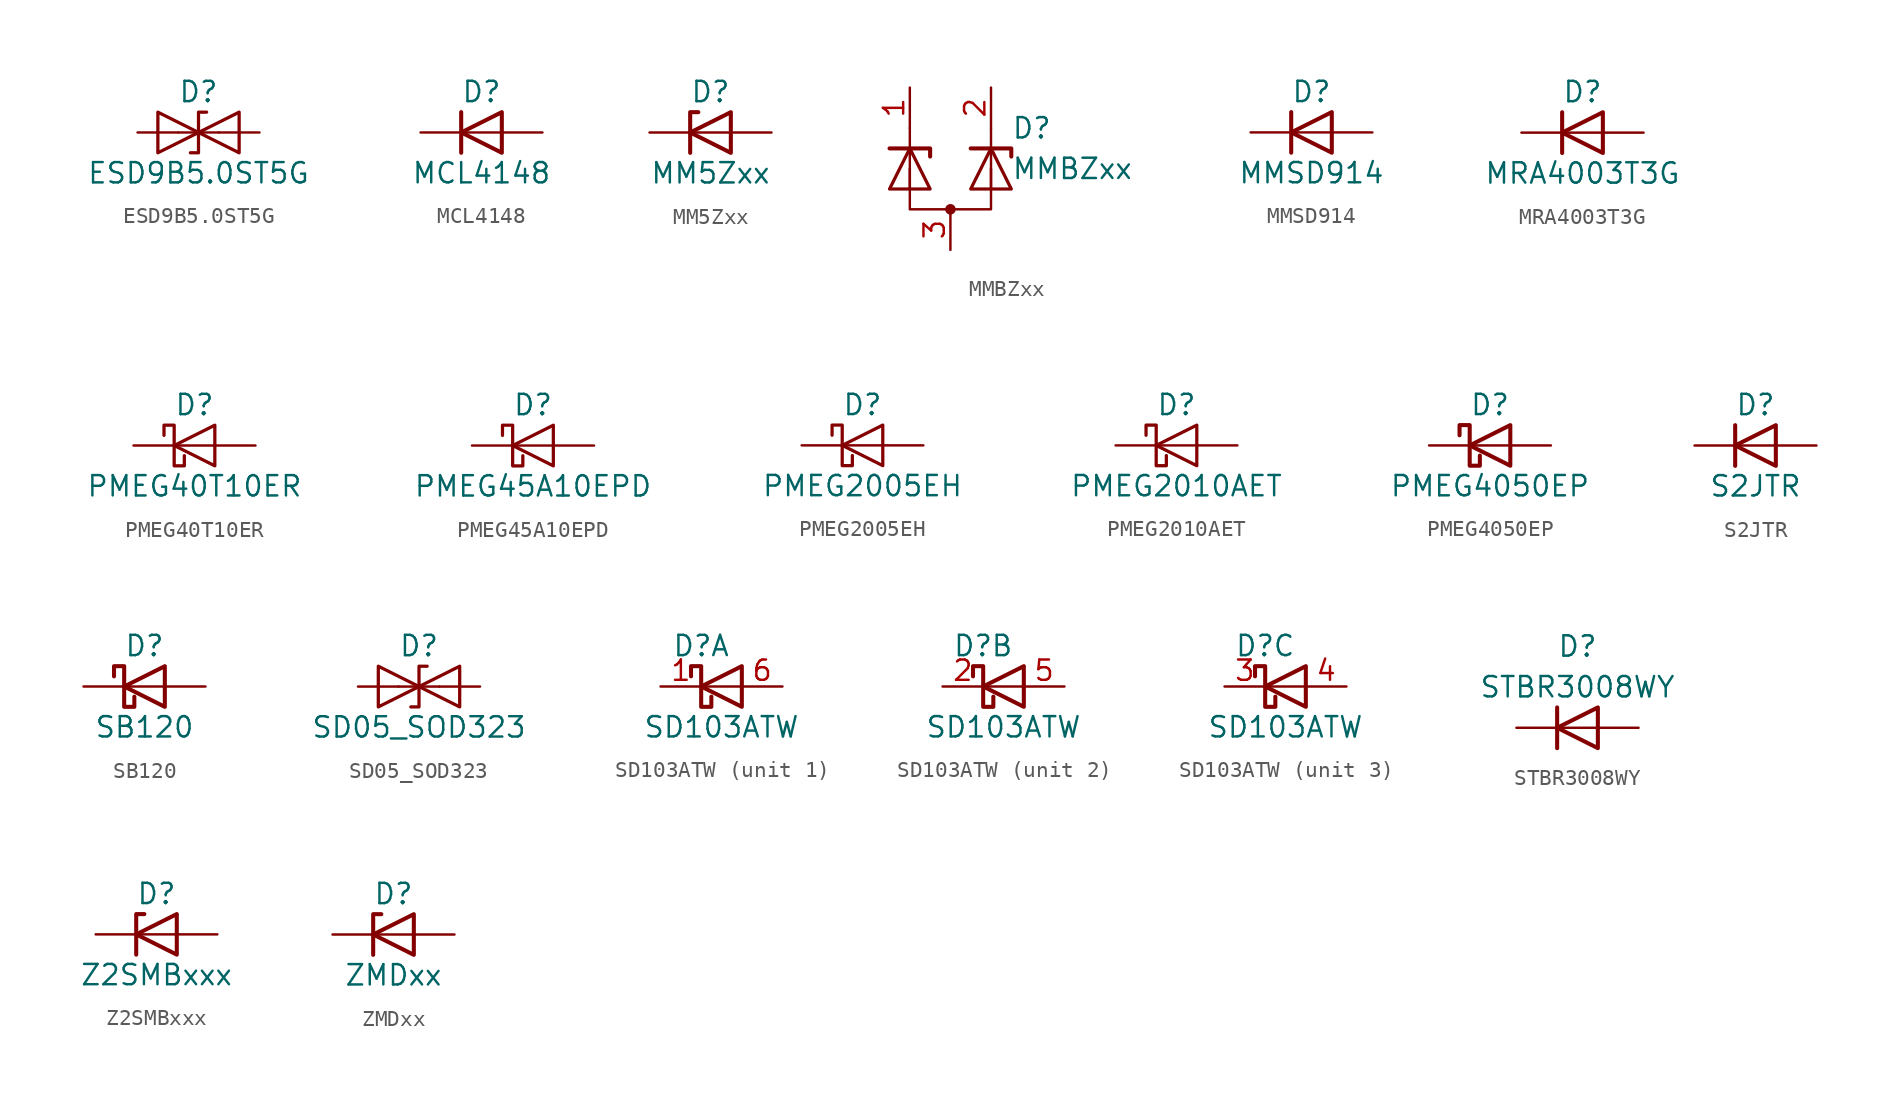
<source format=kicad_sym>
(kicad_symbol_lib
  (version 20201005)
  (generator kicad_symbol_editor)
  (symbol "ESD9B5.0ST5G"
    (pin_numbers hide)
    (pin_names
      (offset 1.016) hide)
    (property "Reference" "D"
      (at 0 2.54 0)
      (effects (font (size 1.27 1.27))))
    (property "Value" "ESD9B5.0ST5G"
      (at 0 -2.54 0)
      (effects (font (size 1.27 1.27))))
    (symbol "ESD9B5.0ST5G_0_1"
      (polyline (pts (xy 1.27 0) (xy -1.27 0)) (stroke (width 0)) (fill (type none)))
      (polyline (pts (xy -2.54 -1.27) (xy 0 0) (xy -2.54 1.27) (xy -2.54 -1.27)) (stroke (width 0.203)) (fill (type none)))
      (polyline (pts (xy 0.508 1.27) (xy 0 1.27) (xy 0 -1.27) (xy -0.508 -1.27)) (stroke (width 0.203)) (fill (type none)))
      (polyline (pts (xy 2.54 1.27) (xy 2.54 -1.27) (xy 0 0) (xy 2.54 1.27)) (stroke (width 0.203)) (fill (type none))))
    (symbol "ESD9B5.0ST5G_1_1"
      (pin passive line (at -3.81 0 0) (length 2.54) (name "A1" (effects (font (size 1.27 1.27)))) (number "1" (effects (font (size 1.27 1.27)))))
      (pin passive line (at 3.81 0 180) (length 2.54) (name "A2" (effects (font (size 1.27 1.27)))) (number "2" (effects (font (size 1.27 1.27)))))))
  (symbol "MCL4148"
    (pin_numbers hide)
    (pin_names hide)
    (property "Reference" "D"
      (at 0 2.54 0)
      (effects (font (size 1.27 1.27))))
    (property "Value" "MCL4148"
      (at 0 -2.54 0)
      (effects (font (size 1.27 1.27))))
    (symbol "MCL4148_0_1"
      (polyline (pts (xy -1.27 1.27) (xy -1.27 -1.27)) (stroke (width 0.254)) (fill (type none)))
      (polyline (pts (xy 1.27 0) (xy -1.27 0)) (stroke (width 0)) (fill (type none)))
      (polyline (pts (xy 1.27 1.27) (xy 1.27 -1.27) (xy -1.27 0) (xy 1.27 1.27)) (stroke (width 0.254)) (fill (type none))))
    (symbol "MCL4148_1_1"
      (pin passive line (at -3.81 0 0) (length 2.54) (name "K" (effects (font (size 1.27 1.27)))) (number "1" (effects (font (size 1.27 1.27)))))
      (pin passive line (at 3.81 0 180) (length 2.54) (name "A" (effects (font (size 1.27 1.27)))) (number "2" (effects (font (size 1.27 1.27)))))))
  (symbol "MM5Zxx"
    (pin_numbers hide)
    (pin_names
      (offset 1.016) hide)
    (property "Reference" "D"
      (at 0 2.54 0)
      (effects (font (size 1.27 1.27))))
    (property "Value" "MM5Zxx"
      (at 0 -2.54 0)
      (effects (font (size 1.27 1.27))))
    (symbol "MM5Zxx_0_1"
      (polyline (pts (xy 1.27 0) (xy -1.27 0)) (stroke (width 0)) (fill (type none)))
      (polyline (pts (xy -1.27 -1.27) (xy -1.27 1.27) (xy -0.762 1.27)) (stroke (width 0.254)) (fill (type none)))
      (polyline (pts (xy 1.27 -1.27) (xy 1.27 1.27) (xy -1.27 0) (xy 1.27 -1.27)) (stroke (width 0.254)) (fill (type none))))
    (symbol "MM5Zxx_1_1"
      (pin passive line (at -3.81 0 0) (length 2.54) (name "K" (effects (font (size 1.27 1.27)))) (number "1" (effects (font (size 1.27 1.27)))))
      (pin passive line (at 3.81 0 180) (length 2.54) (name "A" (effects (font (size 1.27 1.27)))) (number "2" (effects (font (size 1.27 1.27)))))))
  (symbol "MMBZxx"
    (pin_names
      (offset 1.016) hide)
    (property "Reference" "D"
      (at 3.81 2.54 0)
      (effects (font (size 1.27 1.27)) (justify left)))
    (property "Value" "MMBZxx"
      (at 3.81 0 0)
      (effects (font (size 1.27 1.27)) (justify left)))
    (symbol "MMBZxx_0_1"
      (circle (center 0 -2.54) (radius 0.254) (stroke (width 0)) (fill (type outline)))
      (polyline (pts (xy -2.54 -1.27) (xy -2.54 2.54)) (stroke (width 0)) (fill (type none)))
      (polyline (pts (xy 2.54 -1.27) (xy 2.54 2.54)) (stroke (width 0)) (fill (type none)))
      (polyline (pts (xy -3.81 1.27) (xy -1.27 1.27) (xy -1.27 0.762)) (stroke (width 0.254)) (fill (type none)))
      (polyline (pts (xy 1.27 1.27) (xy 3.81 1.27) (xy 3.81 0.762)) (stroke (width 0.254)) (fill (type none)))
      (polyline (pts (xy -2.54 0) (xy -2.54 -2.54) (xy 2.54 -2.54) (xy 2.54 0)) (stroke (width 0)) (fill (type none))))
    (symbol "MMBZxx_1_1"
      (polyline (pts (xy -3.81 -1.27) (xy -1.27 -1.27) (xy -2.54 1.27) (xy -3.81 -1.27)) (stroke (width 0.203)) (fill (type none)))
      (polyline (pts (xy 1.27 -1.27) (xy 3.81 -1.27) (xy 2.54 1.27) (xy 1.27 -1.27)) (stroke (width 0.203)) (fill (type none)))
      (pin passive line (at -2.54 5.08 270) (length 2.54) (name "K" (effects (font (size 1.27 1.27)))) (number "1" (effects (font (size 1.27 1.27)))))
      (pin passive line (at 2.54 5.08 270) (length 2.54) (name "K" (effects (font (size 1.27 1.27)))) (number "2" (effects (font (size 1.27 1.27)))))
      (pin passive line (at 0 -5.08 90) (length 2.54) (name "A" (effects (font (size 1.27 1.27)))) (number "3" (effects (font (size 1.27 1.27)))))))
  (symbol "MMSD914"
    (pin_numbers hide)
    (pin_names
      (offset 1.016) hide)
    (property "Reference" "D"
      (at 0 2.54 0)
      (effects (font (size 1.27 1.27))))
    (property "Value" "MMSD914"
      (at 0 -2.54 0)
      (effects (font (size 1.27 1.27))))
    (symbol "MMSD914_0_1"
      (polyline (pts (xy -1.27 1.27) (xy -1.27 -1.27)) (stroke (width 0.254)) (fill (type none)))
      (polyline (pts (xy 1.27 0) (xy -1.27 0)) (stroke (width 0)) (fill (type none)))
      (polyline (pts (xy 1.27 1.27) (xy 1.27 -1.27) (xy -1.27 0) (xy 1.27 1.27)) (stroke (width 0.254)) (fill (type none))))
    (symbol "MMSD914_1_1"
      (pin passive line (at -3.81 0 0) (length 2.54) (name "K" (effects (font (size 1.27 1.27)))) (number "1" (effects (font (size 1.27 1.27)))))
      (pin passive line (at 3.81 0 180) (length 2.54) (name "A" (effects (font (size 1.27 1.27)))) (number "2" (effects (font (size 1.27 1.27)))))))
  (symbol "MRA4003T3G"
    (pin_numbers hide)
    (pin_names
      (offset 1.016) hide)
    (property "Reference" "D"
      (at 0 2.54 0)
      (effects (font (size 1.27 1.27))))
    (property "Value" "MRA4003T3G"
      (at 0 -2.54 0)
      (effects (font (size 1.27 1.27))))
    (symbol "MRA4003T3G_0_1"
      (polyline (pts (xy -1.27 1.27) (xy -1.27 -1.27)) (stroke (width 0.254)) (fill (type none)))
      (polyline (pts (xy 1.27 0) (xy -1.27 0)) (stroke (width 0)) (fill (type none)))
      (polyline (pts (xy 1.27 1.27) (xy 1.27 -1.27) (xy -1.27 0) (xy 1.27 1.27)) (stroke (width 0.254)) (fill (type none))))
    (symbol "MRA4003T3G_1_1"
      (pin passive line (at -3.81 0 0) (length 2.54) (name "K" (effects (font (size 1.27 1.27)))) (number "1" (effects (font (size 1.27 1.27)))))
      (pin passive line (at 3.81 0 180) (length 2.54) (name "A" (effects (font (size 1.27 1.27)))) (number "2" (effects (font (size 1.27 1.27)))))))
  (symbol "PMEG40T10ER"
    (pin_numbers hide)
    (pin_names hide)
    (property "Reference" "D"
      (at 0 2.54 0)
      (effects (font (size 1.27 1.27))))
    (property "Value" "PMEG40T10ER"
      (at 0 -2.54 0)
      (effects (font (size 1.27 1.27))))
    (symbol "PMEG40T10ER_0_1"
      (polyline (pts (xy 1.27 0) (xy -1.27 0)) (stroke (width 0)) (fill (type none)))
      (polyline (pts (xy 1.27 1.27) (xy 1.27 -1.27) (xy -1.27 0) (xy 1.27 1.27)) (stroke (width 0.203)) (fill (type none)))
      (polyline (pts (xy -1.905 0.635) (xy -1.905 1.27) (xy -1.27 1.27) (xy -1.27 -1.27) (xy -0.635 -1.27) (xy -0.635 -0.635)) (stroke (width 0.203)) (fill (type none))))
    (symbol "PMEG40T10ER_1_1"
      (pin passive line (at -3.81 0 0) (length 2.54) (name "K" (effects (font (size 1.27 1.27)))) (number "1" (effects (font (size 1.27 1.27)))))
      (pin passive line (at 3.81 0 180) (length 2.54) (name "A" (effects (font (size 1.27 1.27)))) (number "2" (effects (font (size 1.27 1.27)))))))
  (symbol "PMEG45A10EPD"
    (pin_numbers hide)
    (pin_names hide)
    (property "Reference" "D"
      (at 0 2.54 0)
      (effects (font (size 1.27 1.27))))
    (property "Value" "PMEG45A10EPD"
      (at 0 -2.54 0)
      (effects (font (size 1.27 1.27))))
    (symbol "PMEG45A10EPD_0_1"
      (polyline (pts (xy 1.27 0) (xy -1.27 0)) (stroke (width 0)) (fill (type none)))
      (polyline (pts (xy 1.27 1.27) (xy 1.27 -1.27) (xy -1.27 0) (xy 1.27 1.27)) (stroke (width 0.203)) (fill (type none)))
      (polyline (pts (xy -1.905 0.635) (xy -1.905 1.27) (xy -1.27 1.27) (xy -1.27 -1.27) (xy -0.635 -1.27) (xy -0.635 -0.635)) (stroke (width 0.203)) (fill (type none))))
    (symbol "PMEG45A10EPD_1_1"
      (pin passive line (at 3.81 0 180) (length 2.54) (name "A" (effects (font (size 1.27 1.27)))) (number "1" (effects (font (size 1.27 1.27)))))
      (pin passive line (at 3.81 0 180) (length 2.54) hide (name "A" (effects (font (size 1.27 1.27)))) (number "2" (effects (font (size 1.27 1.27)))))
      (pin passive line (at -3.81 0 0) (length 2.54) (name "K" (effects (font (size 1.27 1.27)))) (number "3" (effects (font (size 1.27 1.27)))))))
  (symbol "PMEG2005EH"
    (pin_numbers hide)
    (pin_names hide)
    (property "Reference" "D"
      (at 0 2.54 0)
      (effects (font (size 1.27 1.27))))
    (property "Value" "PMEG2005EH"
      (at 0 -2.54 0)
      (effects (font (size 1.27 1.27))))
    (symbol "PMEG2005EH_0_1"
      (polyline (pts (xy 1.27 0) (xy -1.27 0)) (stroke (width 0)) (fill (type none)))
      (polyline (pts (xy 1.27 1.27) (xy 1.27 -1.27) (xy -1.27 0) (xy 1.27 1.27)) (stroke (width 0.203)) (fill (type none)))
      (polyline (pts (xy -1.905 0.635) (xy -1.905 1.27) (xy -1.27 1.27) (xy -1.27 -1.27) (xy -0.635 -1.27) (xy -0.635 -0.635)) (stroke (width 0.203)) (fill (type none))))
    (symbol "PMEG2005EH_1_1"
      (pin passive line (at -3.81 0 0) (length 2.54) (name "K" (effects (font (size 1.27 1.27)))) (number "1" (effects (font (size 1.27 1.27)))))
      (pin passive line (at 3.81 0 180) (length 2.54) (name "A" (effects (font (size 1.27 1.27)))) (number "2" (effects (font (size 1.27 1.27)))))))
  (symbol "PMEG2010AET"
    (pin_numbers hide)
    (pin_names hide)
    (property "Reference" "D"
      (at 0 2.54 0)
      (effects (font (size 1.27 1.27))))
    (property "Value" "PMEG2010AET"
      (at 0 -2.54 0)
      (effects (font (size 1.27 1.27))))
    (symbol "PMEG2010AET_0_1"
      (polyline (pts (xy 1.27 0) (xy -1.27 0)) (stroke (width 0)) (fill (type none)))
      (polyline (pts (xy 1.27 -1.27) (xy 1.27 1.27) (xy -1.27 0) (xy 1.27 -1.27)) (stroke (width 0.203)) (fill (type none)))
      (polyline (pts (xy -1.905 0.635) (xy -1.905 1.27) (xy -1.27 1.27) (xy -1.27 -1.27) (xy -0.635 -1.27) (xy -0.635 -0.635)) (stroke (width 0.203)) (fill (type none))))
    (symbol "PMEG2010AET_1_1"
      (pin passive line (at -3.81 0 0) (length 2.54) (name "K" (effects (font (size 1.27 1.27)))) (number "1" (effects (font (size 1.27 1.27)))))
      (pin passive line (at 3.81 0 180) (length 2.54) (name "A" (effects (font (size 1.27 1.27)))) (number "2" (effects (font (size 1.27 1.27)))))))
  (symbol "PMEG4050EP"
    (pin_numbers hide)
    (pin_names hide)
    (property "Reference" "D"
      (at 0 2.54 0)
      (effects (font (size 1.27 1.27))))
    (property "Value" "PMEG4050EP"
      (at 0 -2.54 0)
      (effects (font (size 1.27 1.27))))
    (symbol "PMEG4050EP_0_1"
      (polyline (pts (xy 1.27 0) (xy -1.27 0)) (stroke (width 0)) (fill (type none)))
      (polyline (pts (xy 1.27 1.27) (xy 1.27 -1.27) (xy -1.27 0) (xy 1.27 1.27)) (stroke (width 0.254)) (fill (type none)))
      (polyline (pts (xy -1.905 0.635) (xy -1.905 1.27) (xy -1.27 1.27) (xy -1.27 -1.27) (xy -0.635 -1.27) (xy -0.635 -0.635)) (stroke (width 0.254)) (fill (type none))))
    (symbol "PMEG4050EP_1_1"
      (pin passive line (at -3.81 0 0) (length 2.54) (name "K" (effects (font (size 1.27 1.27)))) (number "1" (effects (font (size 1.27 1.27)))))
      (pin passive line (at 3.81 0 180) (length 2.54) (name "A" (effects (font (size 1.27 1.27)))) (number "2" (effects (font (size 1.27 1.27)))))))
  (symbol "S2JTR"
    (pin_numbers hide)
    (pin_names
      (offset 1.016) hide)
    (property "Reference" "D"
      (at 0 2.54 0)
      (effects (font (size 1.27 1.27))))
    (property "Value" "S2JTR"
      (at 0 -2.54 0)
      (effects (font (size 1.27 1.27))))
    (symbol "S2JTR_0_1"
      (polyline (pts (xy -1.27 1.27) (xy -1.27 -1.27)) (stroke (width 0.254)) (fill (type none)))
      (polyline (pts (xy 1.27 0) (xy -1.27 0)) (stroke (width 0)) (fill (type none)))
      (polyline (pts (xy 1.27 1.27) (xy 1.27 -1.27) (xy -1.27 0) (xy 1.27 1.27)) (stroke (width 0.254)) (fill (type none))))
    (symbol "S2JTR_1_1"
      (pin passive line (at -3.81 0 0) (length 2.54) (name "K" (effects (font (size 1.27 1.27)))) (number "1" (effects (font (size 1.27 1.27)))))
      (pin passive line (at 3.81 0 180) (length 2.54) (name "A" (effects (font (size 1.27 1.27)))) (number "2" (effects (font (size 1.27 1.27)))))))
  (symbol "SB120"
    (pin_numbers hide)
    (pin_names
      (offset 1.016) hide)
    (property "Reference" "D"
      (at 0 2.54 0)
      (effects (font (size 1.27 1.27))))
    (property "Value" "SB120"
      (at 0 -2.54 0)
      (effects (font (size 1.27 1.27))))
    (symbol "SB120_0_1"
      (polyline (pts (xy 1.27 0) (xy -1.27 0)) (stroke (width 0)) (fill (type none)))
      (polyline (pts (xy 1.27 1.27) (xy 1.27 -1.27) (xy -1.27 0) (xy 1.27 1.27)) (stroke (width 0.254)) (fill (type none)))
      (polyline (pts (xy -1.905 0.635) (xy -1.905 1.27) (xy -1.27 1.27) (xy -1.27 -1.27) (xy -0.635 -1.27) (xy -0.635 -0.635)) (stroke (width 0.254)) (fill (type none))))
    (symbol "SB120_1_1"
      (pin passive line (at -3.81 0 0) (length 2.54) (name "K" (effects (font (size 1.27 1.27)))) (number "1" (effects (font (size 1.27 1.27)))))
      (pin passive line (at 3.81 0 180) (length 2.54) (name "A" (effects (font (size 1.27 1.27)))) (number "2" (effects (font (size 1.27 1.27)))))))
  (symbol "SD05_SOD323"
    (pin_numbers hide)
    (pin_names
      (offset 1.016) hide)
    (property "Reference" "D"
      (at 0 2.54 0)
      (effects (font (size 1.27 1.27))))
    (property "Value" "SD05_SOD323"
      (at 0 -2.54 0)
      (effects (font (size 1.27 1.27))))
    (symbol "SD05_SOD323_0_1"
      (polyline (pts (xy 1.27 0) (xy -1.27 0)) (stroke (width 0)) (fill (type none)))
      (polyline (pts (xy -2.54 -1.27) (xy 0 0) (xy -2.54 1.27) (xy -2.54 -1.27)) (stroke (width 0.203)) (fill (type none)))
      (polyline (pts (xy 0.508 1.27) (xy 0 1.27) (xy 0 -1.27) (xy -0.508 -1.27)) (stroke (width 0.203)) (fill (type none)))
      (polyline (pts (xy 2.54 1.27) (xy 2.54 -1.27) (xy 0 0) (xy 2.54 1.27)) (stroke (width 0.203)) (fill (type none))))
    (symbol "SD05_SOD323_1_1"
      (pin passive line (at -3.81 0 0) (length 2.54) (name "A1" (effects (font (size 1.27 1.27)))) (number "1" (effects (font (size 1.27 1.27)))))
      (pin passive line (at 3.81 0 180) (length 2.54) (name "A2" (effects (font (size 1.27 1.27)))) (number "2" (effects (font (size 1.27 1.27)))))))
  (symbol "SD103ATW"
    (pin_names hide)
    (property "Reference" "D"
      (at -1.27 2.54 0)
      (effects (font (size 1.27 1.27))))
    (property "Value" "SD103ATW"
      (at 0 -2.54 0)
      (effects (font (size 1.27 1.27))))
    (symbol "SD103ATW_0_1"
      (polyline (pts (xy 1.27 0) (xy -1.27 0)) (stroke (width 0)) (fill (type none)))
      (polyline (pts (xy 1.27 1.27) (xy 1.27 -1.27) (xy -1.27 0) (xy 1.27 1.27)) (stroke (width 0.254)) (fill (type none)))
      (polyline (pts (xy -1.905 0.635) (xy -1.905 1.27) (xy -1.27 1.27) (xy -1.27 -1.27) (xy -0.635 -1.27) (xy -0.635 -0.635)) (stroke (width 0.254)) (fill (type none))))
    (symbol "SD103ATW_1_1"
      (pin passive line (at -3.81 0 0) (length 2.54) (name "K" (effects (font (size 1.27 1.27)))) (number "1" (effects (font (size 1.27 1.27)))))
      (pin passive line (at 3.81 0 180) (length 2.54) (name "A" (effects (font (size 1.27 1.27)))) (number "6" (effects (font (size 1.27 1.27))))))
    (symbol "SD103ATW_2_1"
      (pin passive line (at -3.81 0 0) (length 2.54) (name "K" (effects (font (size 1.27 1.27)))) (number "2" (effects (font (size 1.27 1.27)))))
      (pin passive line (at 3.81 0 180) (length 2.54) (name "A" (effects (font (size 1.27 1.27)))) (number "5" (effects (font (size 1.27 1.27))))))
    (symbol "SD103ATW_3_1"
      (pin passive line (at -3.81 0 0) (length 2.54) (name "K" (effects (font (size 1.27 1.27)))) (number "3" (effects (font (size 1.27 1.27)))))
      (pin passive line (at 3.81 0 180) (length 2.54) (name "A" (effects (font (size 1.27 1.27)))) (number "4" (effects (font (size 1.27 1.27)))))))
  (symbol "STBR3008WY"
    (pin_numbers hide)
    (pin_names
      (offset 1.016) hide)
    (property "Reference" "D"
      (at 0 5.08 0)
      (effects (font (size 1.27 1.27))))
    (property "Value" "STBR3008WY"
      (at 0 2.54 0)
      (effects (font (size 1.27 1.27))))
    (symbol "STBR3008WY_1_1"
      (polyline (pts (xy -1.27 1.27) (xy -1.27 -1.27)) (stroke (width 0.254)) (fill (type none)))
      (polyline (pts (xy 1.27 0) (xy -1.27 0)) (stroke (width 0)) (fill (type none)))
      (polyline (pts (xy 1.27 1.27) (xy 1.27 -1.27) (xy -1.27 0) (xy 1.27 1.27)) (stroke (width 0.254)) (fill (type none)))
      (pin passive line (at -3.81 0 0) (length 2.54) (name "K" (effects (font (size 1.27 1.27)))) (number "1" (effects (font (size 1.27 1.27)))))
      (pin passive line (at 3.81 0 180) (length 2.54) (name "A" (effects (font (size 1.27 1.27)))) (number "2" (effects (font (size 1.27 1.27)))))))
  (symbol "Z2SMBxxx"
    (pin_numbers hide)
    (pin_names
      (offset 1.016) hide)
    (property "Reference" "D"
      (at 0 2.54 0)
      (effects (font (size 1.27 1.27))))
    (property "Value" "Z2SMBxxx"
      (at 0 -2.54 0)
      (effects (font (size 1.27 1.27))))
    (symbol "Z2SMBxxx_0_1"
      (polyline (pts (xy 1.27 0) (xy -1.27 0)) (stroke (width 0)) (fill (type none)))
      (polyline (pts (xy -1.27 -1.27) (xy -1.27 1.27) (xy -0.762 1.27)) (stroke (width 0.254)) (fill (type none)))
      (polyline (pts (xy 1.27 -1.27) (xy 1.27 1.27) (xy -1.27 0) (xy 1.27 -1.27)) (stroke (width 0.254)) (fill (type none))))
    (symbol "Z2SMBxxx_1_1"
      (pin passive line (at -3.81 0 0) (length 2.54) (name "K" (effects (font (size 1.27 1.27)))) (number "1" (effects (font (size 1.27 1.27)))))
      (pin passive line (at 3.81 0 180) (length 2.54) (name "A" (effects (font (size 1.27 1.27)))) (number "2" (effects (font (size 1.27 1.27)))))))
  (symbol "ZMDxx"
    (pin_numbers hide)
    (pin_names
      (offset 1.016) hide)
    (property "Reference" "D"
      (at 0 2.54 0)
      (effects (font (size 1.27 1.27))))
    (property "Value" "ZMDxx"
      (at 0 -2.54 0)
      (effects (font (size 1.27 1.27))))
    (symbol "ZMDxx_0_1"
      (polyline (pts (xy 1.27 0) (xy -1.27 0)) (stroke (width 0)) (fill (type none)))
      (polyline (pts (xy -1.27 -1.27) (xy -1.27 1.27) (xy -0.762 1.27)) (stroke (width 0.254)) (fill (type none)))
      (polyline (pts (xy 1.27 -1.27) (xy 1.27 1.27) (xy -1.27 0) (xy 1.27 -1.27)) (stroke (width 0.254)) (fill (type none))))
    (symbol "ZMDxx_1_1"
      (pin passive line (at -3.81 0 0) (length 2.54) (name "K" (effects (font (size 1.27 1.27)))) (number "1" (effects (font (size 1.27 1.27)))))
      (pin passive line (at 3.81 0 180) (length 2.54) (name "A" (effects (font (size 1.27 1.27)))) (number "2" (effects (font (size 1.27 1.27))))))))
</source>
